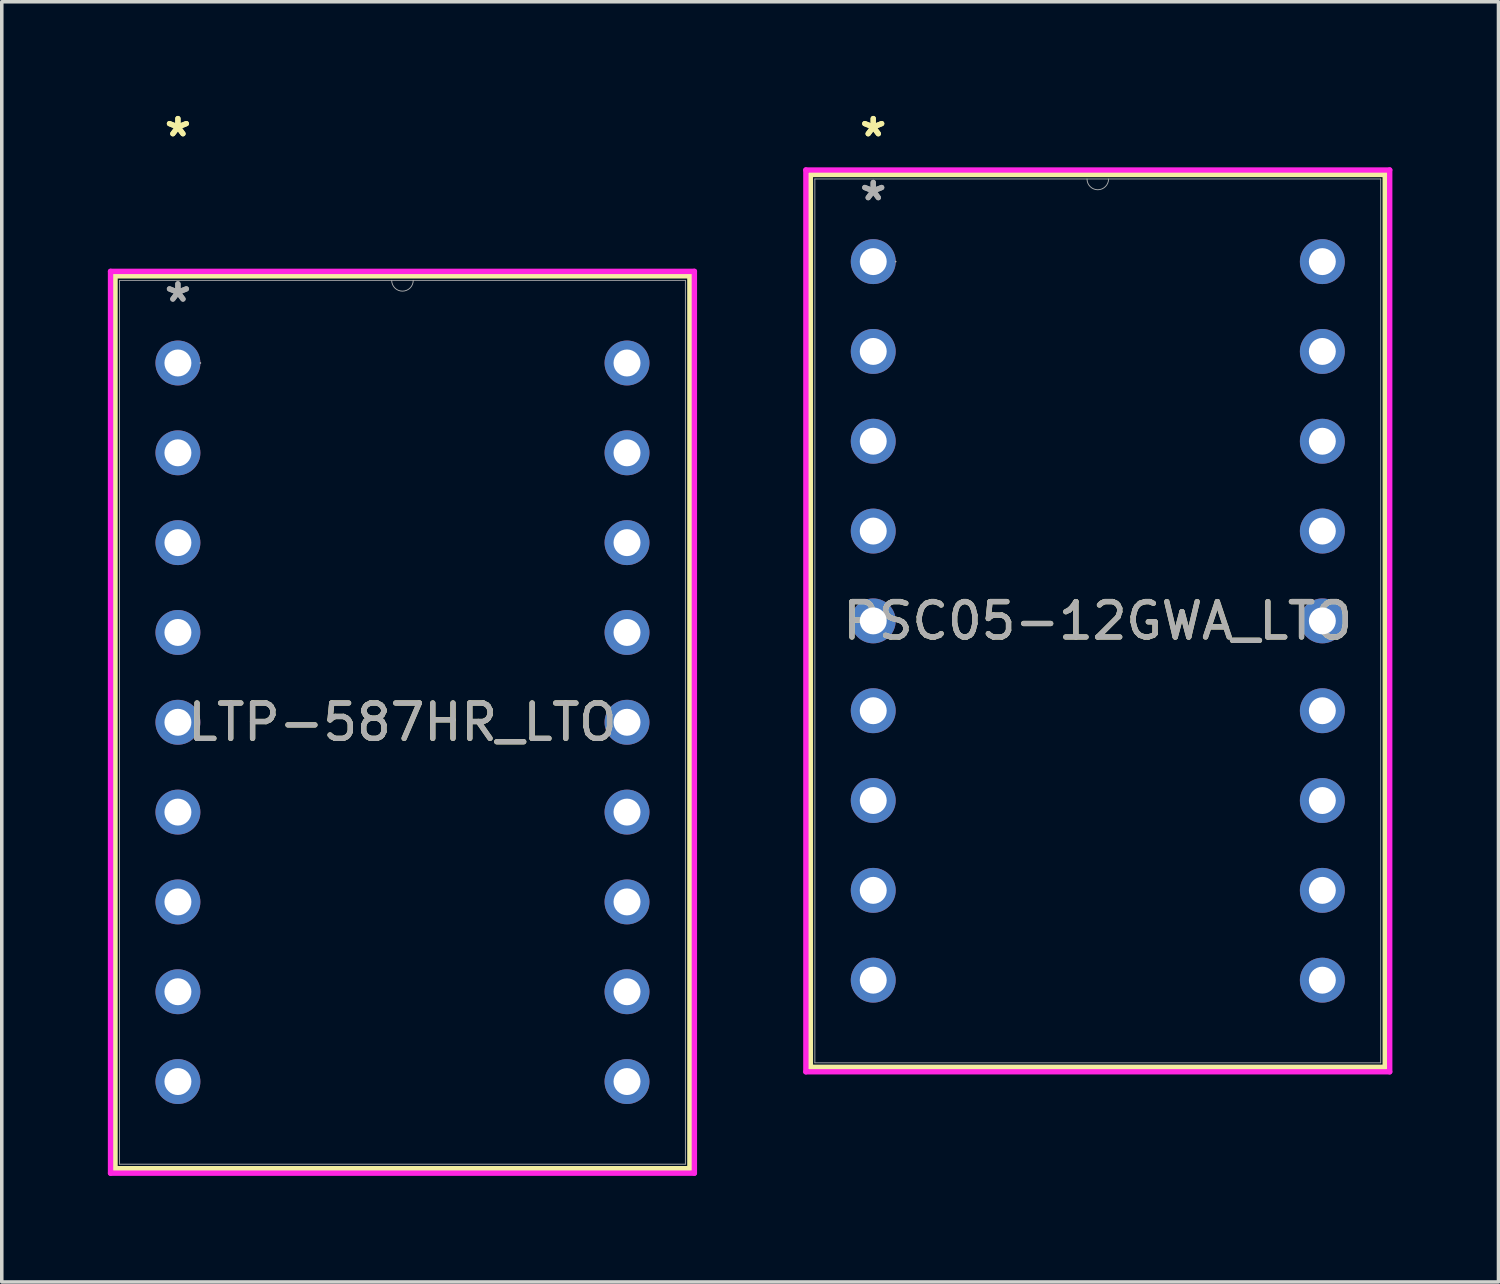
<source format=kicad_pcb>
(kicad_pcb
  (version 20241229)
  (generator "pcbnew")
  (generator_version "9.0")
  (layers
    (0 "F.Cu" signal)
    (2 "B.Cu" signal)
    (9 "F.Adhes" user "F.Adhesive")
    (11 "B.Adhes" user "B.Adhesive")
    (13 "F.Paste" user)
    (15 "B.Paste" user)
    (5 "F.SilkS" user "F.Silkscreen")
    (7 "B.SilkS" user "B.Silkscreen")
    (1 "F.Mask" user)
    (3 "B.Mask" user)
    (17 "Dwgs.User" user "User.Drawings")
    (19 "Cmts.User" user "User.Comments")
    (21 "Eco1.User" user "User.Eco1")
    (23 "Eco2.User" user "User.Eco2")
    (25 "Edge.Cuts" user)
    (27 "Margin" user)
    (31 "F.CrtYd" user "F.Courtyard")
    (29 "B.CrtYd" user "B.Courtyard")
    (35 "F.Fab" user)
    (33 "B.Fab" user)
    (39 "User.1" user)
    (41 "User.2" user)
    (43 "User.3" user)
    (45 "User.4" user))
  (footprint "PSC05-12GWA_LTO"
    (layer "F.Cu")
    (at 21.644 4.348)
    (property "Reference" "PSC05-12GWA_LTO" (at 6.35 10.16 0) (unlocked yes) (layer "F.SilkS") (effects (font (size 1 1) (thickness 0.15))))
    (attr through_hole)
    (fp_line (start -1.778 -2.464) (end -1.778 22.784) (stroke (width 0.152) (type solid)) (layer "F.SilkS"))
    (fp_line (start -1.778 22.784) (end 14.478 22.784) (stroke (width 0.152) (type solid)) (layer "F.SilkS"))
    (fp_line (start 14.478 -2.464) (end -1.778 -2.464) (stroke (width 0.152) (type solid)) (layer "F.SilkS"))
    (fp_line (start 14.478 22.784) (end 14.478 -2.464) (stroke (width 0.152) (type solid)) (layer "F.SilkS"))
    (fp_line (start -1.905 -2.591) (end 14.605 -2.591) (stroke (width 0.152) (type solid)) (layer "F.CrtYd"))
    (fp_line (start -1.905 22.911) (end -1.905 -2.591) (stroke (width 0.152) (type solid)) (layer "F.CrtYd"))
    (fp_line (start 14.605 -2.591) (end 14.605 22.911) (stroke (width 0.152) (type solid)) (layer "F.CrtYd"))
    (fp_line (start 14.605 22.911) (end -1.905 22.911) (stroke (width 0.152) (type solid)) (layer "F.CrtYd"))
    (fp_line (start -1.651 -2.337) (end -1.651 22.657) (stroke (width 0.025) (type solid)) (layer "F.Fab"))
    (fp_line (start -1.651 22.657) (end 14.351 22.657) (stroke (width 0.025) (type solid)) (layer "F.Fab"))
    (fp_line (start 14.351 -2.337) (end -1.651 -2.337) (stroke (width 0.025) (type solid)) (layer "F.Fab"))
    (fp_line (start 14.351 22.657) (end 14.351 -2.337) (stroke (width 0.025) (type solid)) (layer "F.Fab"))
    (fp_arc (start 6.6548 -2.3368) (mid 6.35 -2.032) (end 6.0452 -2.3368) (stroke (width 0.0254) (type solid)) (layer "F.Fab"))
    (fp_circle (center 0.635 0) (end 0.635 0) (stroke (width 0.025) (type solid)) (fill no) (layer "F.Fab"))
    (fp_text user "*" (at 0 -3.5 0) (unlocked yes) (layer "F.SilkS") (effects (font (size 1 1) (thickness 0.15))))
    (fp_text user "*" (at 0 -3.5 0) (layer "F.SilkS") (effects (font (size 1 1) (thickness 0.15))))
    (fp_text user "*" (at 0 -1.693 0) (unlocked yes) (layer "F.Fab") (effects (font (size 1 1) (thickness 0.15))))
    (fp_text user "${REFERENCE}" (at 6.35 10.16 0) (unlocked yes) (layer "F.Fab") (effects (font (size 1 1) (thickness 0.15))))
    (fp_text user "*" (at 0 -1.693 0) (layer "F.Fab") (effects (font (size 1 1) (thickness 0.15))))
    (pad "1" thru_hole circle (at 0 0) (size 1.27 1.27) (drill 0.762) (layers "*.Cu" "*.Mask"))
    (pad "2" thru_hole circle (at 0 2.54) (size 1.27 1.27) (drill 0.762) (layers "*.Cu" "*.Mask"))
    (pad "3" thru_hole circle (at 0 5.08) (size 1.27 1.27) (drill 0.762) (layers "*.Cu" "*.Mask"))
    (pad "4" thru_hole circle (at 0 7.62) (size 1.27 1.27) (drill 0.762) (layers "*.Cu" "*.Mask"))
    (pad "5" thru_hole circle (at 0 10.16) (size 1.27 1.27) (drill 0.762) (layers "*.Cu" "*.Mask"))
    (pad "6" thru_hole circle (at 0 12.7) (size 1.27 1.27) (drill 0.762) (layers "*.Cu" "*.Mask"))
    (pad "7" thru_hole circle (at 0 15.24) (size 1.27 1.27) (drill 0.762) (layers "*.Cu" "*.Mask"))
    (pad "8" thru_hole circle (at 0 17.78) (size 1.27 1.27) (drill 0.762) (layers "*.Cu" "*.Mask"))
    (pad "9" thru_hole circle (at 0 20.32) (size 1.27 1.27) (drill 0.762) (layers "*.Cu" "*.Mask"))
    (pad "10" thru_hole circle (at 12.7 20.32) (size 1.27 1.27) (drill 0.762) (layers "*.Cu" "*.Mask"))
    (pad "11" thru_hole circle (at 12.7 17.78) (size 1.27 1.27) (drill 0.762) (layers "*.Cu" "*.Mask"))
    (pad "12" thru_hole circle (at 12.7 15.24) (size 1.27 1.27) (drill 0.762) (layers "*.Cu" "*.Mask"))
    (pad "13" thru_hole circle (at 12.7 12.7) (size 1.27 1.27) (drill 0.762) (layers "*.Cu" "*.Mask"))
    (pad "14" thru_hole circle (at 12.7 10.16) (size 1.27 1.27) (drill 0.762) (layers "*.Cu" "*.Mask"))
    (pad "15" thru_hole circle (at 12.7 7.62) (size 1.27 1.27) (drill 0.762) (layers "*.Cu" "*.Mask"))
    (pad "16" thru_hole circle (at 12.7 5.08) (size 1.27 1.27) (drill 0.762) (layers "*.Cu" "*.Mask"))
    (pad "17" thru_hole circle (at 12.7 2.54) (size 1.27 1.27) (drill 0.762) (layers "*.Cu" "*.Mask"))
    (pad "18" thru_hole circle (at 12.7 0) (size 1.27 1.27) (drill 0.762) (layers "*.Cu" "*.Mask")))
  (footprint "LTP-587HR_LTO"
    (layer "F.Cu")
    (at 1.981 7.215)
    (property "Reference" "LTP-587HR_LTO" (at 6.35 10.16 0) (unlocked yes) (layer "F.SilkS") (effects (font (size 1 1) (thickness 0.15))))
    (attr through_hole)
    (fp_line (start -1.778 -2.464) (end -1.778 22.784) (stroke (width 0.152) (type solid)) (layer "F.SilkS"))
    (fp_line (start -1.778 22.784) (end 14.478 22.784) (stroke (width 0.152) (type solid)) (layer "F.SilkS"))
    (fp_line (start 14.478 -2.464) (end -1.778 -2.464) (stroke (width 0.152) (type solid)) (layer "F.SilkS"))
    (fp_line (start 14.478 22.784) (end 14.478 -2.464) (stroke (width 0.152) (type solid)) (layer "F.SilkS"))
    (fp_line (start -1.905 -2.591) (end 14.605 -2.591) (stroke (width 0.152) (type solid)) (layer "F.CrtYd"))
    (fp_line (start -1.905 22.911) (end -1.905 -2.591) (stroke (width 0.152) (type solid)) (layer "F.CrtYd"))
    (fp_line (start 14.605 -2.591) (end 14.605 22.911) (stroke (width 0.152) (type solid)) (layer "F.CrtYd"))
    (fp_line (start 14.605 22.911) (end -1.905 22.911) (stroke (width 0.152) (type solid)) (layer "F.CrtYd"))
    (fp_line (start -1.651 -2.337) (end -1.651 22.657) (stroke (width 0.025) (type solid)) (layer "F.Fab"))
    (fp_line (start -1.651 22.657) (end 14.351 22.657) (stroke (width 0.025) (type solid)) (layer "F.Fab"))
    (fp_line (start 14.351 -2.337) (end -1.651 -2.337) (stroke (width 0.025) (type solid)) (layer "F.Fab"))
    (fp_line (start 14.351 22.657) (end 14.351 -2.337) (stroke (width 0.025) (type solid)) (layer "F.Fab"))
    (fp_arc (start 6.6548 -2.3368) (mid 6.35 -2.032) (end 6.0452 -2.3368) (stroke (width 0.0254) (type solid)) (layer "F.Fab"))
    (fp_circle (center 0.635 0) (end 0.635 0) (stroke (width 0.025) (type solid)) (fill no) (layer "F.Fab"))
    (fp_text user "*" (at 0 -6.367 0) (unlocked yes) (layer "F.SilkS") (effects (font (size 1 1) (thickness 0.15))))
    (fp_text user "*" (at 0 -6.367 0) (layer "F.SilkS") (effects (font (size 1 1) (thickness 0.15))))
    (fp_text user "*" (at 0 -1.693 0) (layer "F.Fab") (effects (font (size 1 1) (thickness 0.15))))
    (fp_text user "*" (at 0 -1.693 0) (unlocked yes) (layer "F.Fab") (effects (font (size 1 1) (thickness 0.15))))
    (fp_text user "${REFERENCE}" (at 6.35 10.16 0) (unlocked yes) (layer "F.Fab") (effects (font (size 1 1) (thickness 0.15))))
    (pad "1" thru_hole circle (at 0 0) (size 1.27 1.27) (drill 0.762) (layers "*.Cu" "*.Mask"))
    (pad "2" thru_hole circle (at 0 2.54) (size 1.27 1.27) (drill 0.762) (layers "*.Cu" "*.Mask"))
    (pad "3" thru_hole circle (at 0 5.08) (size 1.27 1.27) (drill 0.762) (layers "*.Cu" "*.Mask"))
    (pad "4" thru_hole circle (at 0 7.62) (size 1.27 1.27) (drill 0.762) (layers "*.Cu" "*.Mask"))
    (pad "5" thru_hole circle (at 0 10.16) (size 1.27 1.27) (drill 0.762) (layers "*.Cu" "*.Mask"))
    (pad "6" thru_hole circle (at 0 12.7) (size 1.27 1.27) (drill 0.762) (layers "*.Cu" "*.Mask"))
    (pad "7" thru_hole circle (at 0 15.24) (size 1.27 1.27) (drill 0.762) (layers "*.Cu" "*.Mask"))
    (pad "8" thru_hole circle (at 0 17.78) (size 1.27 1.27) (drill 0.762) (layers "*.Cu" "*.Mask"))
    (pad "9" thru_hole circle (at 0 20.32) (size 1.27 1.27) (drill 0.762) (layers "*.Cu" "*.Mask"))
    (pad "10" thru_hole circle (at 12.7 20.32) (size 1.27 1.27) (drill 0.762) (layers "*.Cu" "*.Mask"))
    (pad "11" thru_hole circle (at 12.7 17.78) (size 1.27 1.27) (drill 0.762) (layers "*.Cu" "*.Mask"))
    (pad "12" thru_hole circle (at 12.7 15.24) (size 1.27 1.27) (drill 0.762) (layers "*.Cu" "*.Mask"))
    (pad "13" thru_hole circle (at 12.7 12.7) (size 1.27 1.27) (drill 0.762) (layers "*.Cu" "*.Mask"))
    (pad "14" thru_hole circle (at 12.7 10.16) (size 1.27 1.27) (drill 0.762) (layers "*.Cu" "*.Mask"))
    (pad "15" thru_hole circle (at 12.7 7.62) (size 1.27 1.27) (drill 0.762) (layers "*.Cu" "*.Mask"))
    (pad "16" thru_hole circle (at 12.7 5.08) (size 1.27 1.27) (drill 0.762) (layers "*.Cu" "*.Mask"))
    (pad "17" thru_hole circle (at 12.7 2.54) (size 1.27 1.27) (drill 0.762) (layers "*.Cu" "*.Mask"))
    (pad "18" thru_hole circle (at 12.7 0) (size 1.27 1.27) (drill 0.762) (layers "*.Cu" "*.Mask")))
  (gr_rect
    (start -3 -3)
    (end 39.325 33.202)
    (stroke (width 0.1) (type default))
    (fill no)
    (layer "Edge.Cuts")))
</source>
